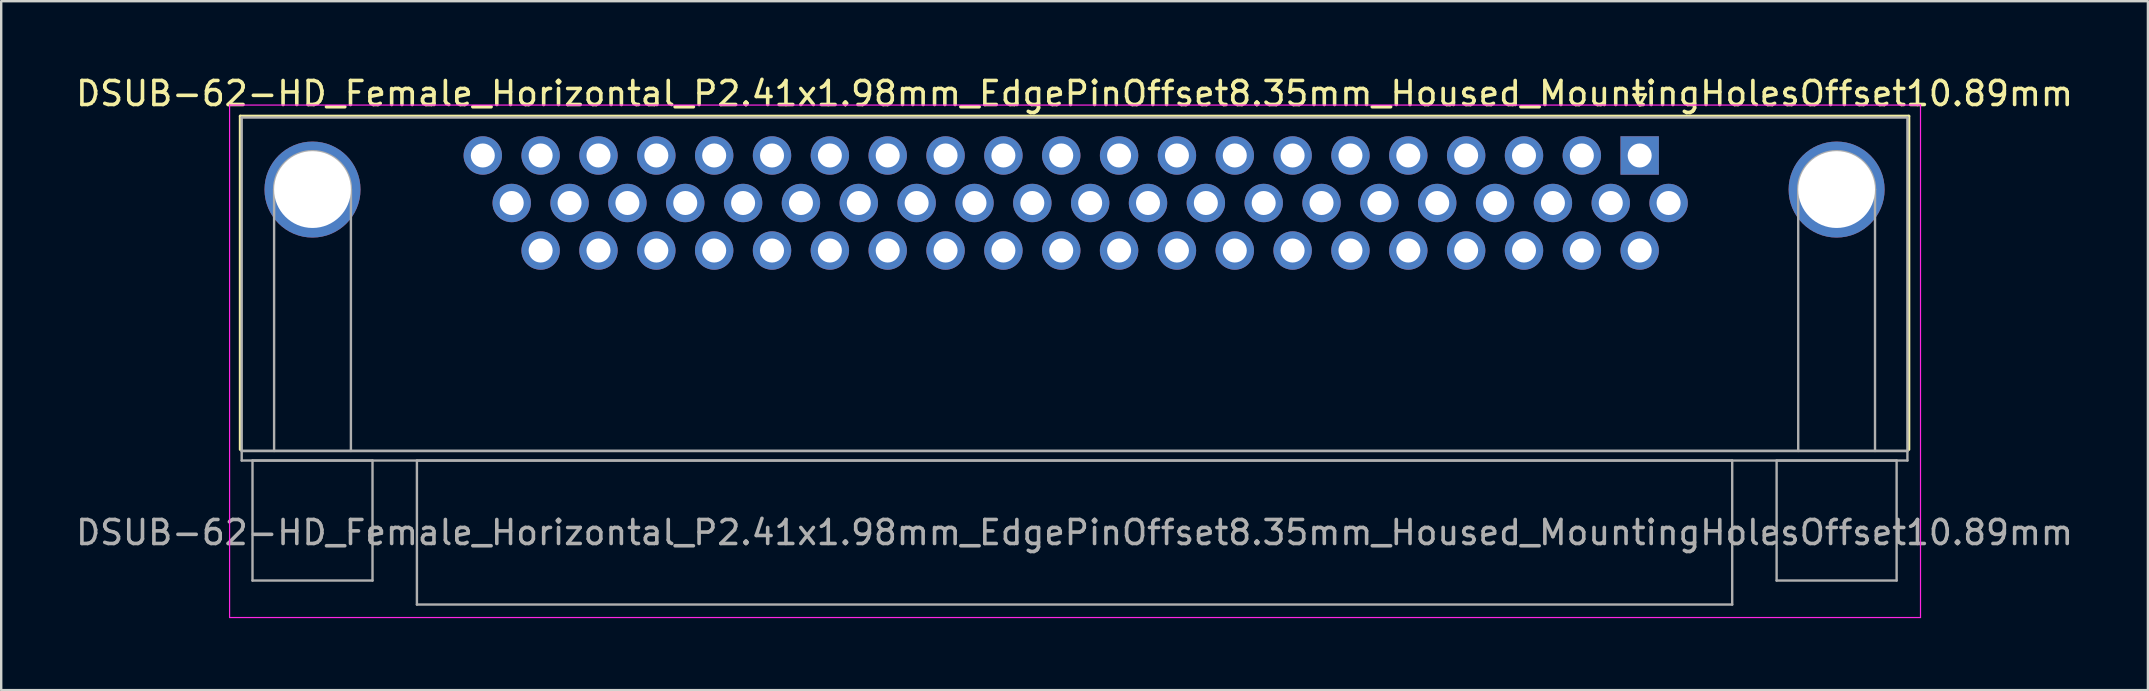
<source format=kicad_pcb>
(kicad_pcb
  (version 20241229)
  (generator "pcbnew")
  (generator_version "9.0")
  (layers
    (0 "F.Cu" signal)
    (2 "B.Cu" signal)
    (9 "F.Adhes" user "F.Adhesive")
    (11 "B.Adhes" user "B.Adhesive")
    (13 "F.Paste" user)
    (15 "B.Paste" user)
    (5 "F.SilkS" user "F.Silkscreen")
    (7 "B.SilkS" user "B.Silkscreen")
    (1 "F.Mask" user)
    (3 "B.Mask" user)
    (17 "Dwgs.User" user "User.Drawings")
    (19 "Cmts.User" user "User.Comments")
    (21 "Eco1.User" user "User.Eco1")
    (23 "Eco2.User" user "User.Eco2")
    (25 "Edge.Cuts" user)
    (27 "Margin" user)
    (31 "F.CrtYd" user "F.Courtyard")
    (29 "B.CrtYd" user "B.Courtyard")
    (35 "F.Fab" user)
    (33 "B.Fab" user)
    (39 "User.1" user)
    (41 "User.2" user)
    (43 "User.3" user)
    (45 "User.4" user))
  (footprint "DSUB-62-HD_Female_Horizontal_P2.41x1.98mm_EdgePinOffset8.35mm_Housed_MountingHolesOffset10.89mm"
    (layer "F.Cu")
    (at 65.265 3.428)
    (property "Reference" "DSUB-62-HD_Female_Horizontal_P2.41x1.98mm_EdgePinOffset8.35mm_Housed_MountingHolesOffset10.89mm" (at -23.545 -2.58 0) (layer "F.SilkS") (effects (font (size 1 1) (thickness 0.15))))
    (attr through_hole)
    (fp_line (start -58.305 -1.64) (end 11.215 -1.64) (stroke (width 0.12) (type solid)) (layer "F.SilkS"))
    (fp_line (start -58.305 12.25) (end -58.305 -1.64) (stroke (width 0.12) (type solid)) (layer "F.SilkS"))
    (fp_line (start -0.25 -2.534) (end 0.25 -2.534) (stroke (width 0.12) (type solid)) (layer "F.SilkS"))
    (fp_line (start 0 -2.101) (end -0.25 -2.534) (stroke (width 0.12) (type solid)) (layer "F.SilkS"))
    (fp_line (start 0.25 -2.534) (end 0 -2.101) (stroke (width 0.12) (type solid)) (layer "F.SilkS"))
    (fp_line (start 11.215 -1.64) (end 11.215 12.25) (stroke (width 0.12) (type solid)) (layer "F.SilkS"))
    (fp_line (start -58.75 -2.1) (end -58.75 19.25) (stroke (width 0.05) (type solid)) (layer "F.CrtYd"))
    (fp_line (start -58.75 19.25) (end 11.7 19.25) (stroke (width 0.05) (type solid)) (layer "F.CrtYd"))
    (fp_line (start 11.7 -2.1) (end -58.75 -2.1) (stroke (width 0.05) (type solid)) (layer "F.CrtYd"))
    (fp_line (start 11.7 19.25) (end 11.7 -2.1) (stroke (width 0.05) (type solid)) (layer "F.CrtYd"))
    (fp_line (start -58.245 -1.58) (end -58.245 12.31) (stroke (width 0.1) (type solid)) (layer "F.Fab"))
    (fp_line (start -58.245 12.31) (end -58.245 12.71) (stroke (width 0.1) (type solid)) (layer "F.Fab"))
    (fp_line (start -58.245 12.31) (end 11.155 12.31) (stroke (width 0.1) (type solid)) (layer "F.Fab"))
    (fp_line (start -58.245 12.71) (end 11.155 12.71) (stroke (width 0.1) (type solid)) (layer "F.Fab"))
    (fp_line (start -57.795 12.71) (end -57.795 17.71) (stroke (width 0.1) (type solid)) (layer "F.Fab"))
    (fp_line (start -57.795 17.71) (end -52.795 17.71) (stroke (width 0.1) (type solid)) (layer "F.Fab"))
    (fp_line (start -56.895 12.31) (end -56.895 1.42) (stroke (width 0.1) (type solid)) (layer "F.Fab"))
    (fp_line (start -53.695 12.31) (end -53.695 1.42) (stroke (width 0.1) (type solid)) (layer "F.Fab"))
    (fp_line (start -52.795 12.71) (end -57.795 12.71) (stroke (width 0.1) (type solid)) (layer "F.Fab"))
    (fp_line (start -52.795 17.71) (end -52.795 12.71) (stroke (width 0.1) (type solid)) (layer "F.Fab"))
    (fp_line (start -50.945 12.71) (end -50.945 18.71) (stroke (width 0.1) (type solid)) (layer "F.Fab"))
    (fp_line (start -50.945 18.71) (end 3.855 18.71) (stroke (width 0.1) (type solid)) (layer "F.Fab"))
    (fp_line (start 3.855 12.71) (end -50.945 12.71) (stroke (width 0.1) (type solid)) (layer "F.Fab"))
    (fp_line (start 3.855 18.71) (end 3.855 12.71) (stroke (width 0.1) (type solid)) (layer "F.Fab"))
    (fp_line (start 5.705 12.71) (end 5.705 17.71) (stroke (width 0.1) (type solid)) (layer "F.Fab"))
    (fp_line (start 5.705 17.71) (end 10.705 17.71) (stroke (width 0.1) (type solid)) (layer "F.Fab"))
    (fp_line (start 6.605 12.31) (end 6.605 1.42) (stroke (width 0.1) (type solid)) (layer "F.Fab"))
    (fp_line (start 9.805 12.31) (end 9.805 1.42) (stroke (width 0.1) (type solid)) (layer "F.Fab"))
    (fp_line (start 10.705 12.71) (end 5.705 12.71) (stroke (width 0.1) (type solid)) (layer "F.Fab"))
    (fp_line (start 10.705 17.71) (end 10.705 12.71) (stroke (width 0.1) (type solid)) (layer "F.Fab"))
    (fp_line (start 11.155 -1.58) (end -58.245 -1.58) (stroke (width 0.1) (type solid)) (layer "F.Fab"))
    (fp_line (start 11.155 12.31) (end -58.245 12.31) (stroke (width 0.1) (type solid)) (layer "F.Fab"))
    (fp_line (start 11.155 12.31) (end 11.155 -1.58) (stroke (width 0.1) (type solid)) (layer "F.Fab"))
    (fp_line (start 11.155 12.71) (end 11.155 12.31) (stroke (width 0.1) (type solid)) (layer "F.Fab"))
    (fp_arc (start -56.895 1.42) (mid -55.295 -0.18) (end -53.695 1.42) (stroke (width 0.1) (type solid)) (layer "F.Fab"))
    (fp_arc (start 6.605 1.42) (mid 8.205 -0.18) (end 9.805 1.42) (stroke (width 0.1) (type solid)) (layer "F.Fab"))
    (fp_text user "${REFERENCE}" (at -23.545 15.71 0) (layer "F.Fab") (effects (font (size 1 1) (thickness 0.15))))
    (pad "0" thru_hole circle (at -55.295 1.42) (size 4 4) (drill 3.2) (layers "*.Cu" "*.Mask"))
    (pad "0" thru_hole circle (at 8.205 1.42) (size 4 4) (drill 3.2) (layers "*.Cu" "*.Mask"))
    (pad "1" thru_hole rect (at 0 0) (size 1.6 1.6) (drill 1) (layers "*.Cu" "*.Mask"))
    (pad "2" thru_hole circle (at -2.41 0) (size 1.6 1.6) (drill 1) (layers "*.Cu" "*.Mask"))
    (pad "3" thru_hole circle (at -4.82 0) (size 1.6 1.6) (drill 1) (layers "*.Cu" "*.Mask"))
    (pad "4" thru_hole circle (at -7.23 0) (size 1.6 1.6) (drill 1) (layers "*.Cu" "*.Mask"))
    (pad "5" thru_hole circle (at -9.64 0) (size 1.6 1.6) (drill 1) (layers "*.Cu" "*.Mask"))
    (pad "6" thru_hole circle (at -12.05 0) (size 1.6 1.6) (drill 1) (layers "*.Cu" "*.Mask"))
    (pad "7" thru_hole circle (at -14.46 0) (size 1.6 1.6) (drill 1) (layers "*.Cu" "*.Mask"))
    (pad "8" thru_hole circle (at -16.87 0) (size 1.6 1.6) (drill 1) (layers "*.Cu" "*.Mask"))
    (pad "9" thru_hole circle (at -19.28 0) (size 1.6 1.6) (drill 1) (layers "*.Cu" "*.Mask"))
    (pad "10" thru_hole circle (at -21.69 0) (size 1.6 1.6) (drill 1) (layers "*.Cu" "*.Mask"))
    (pad "11" thru_hole circle (at -24.1 0) (size 1.6 1.6) (drill 1) (layers "*.Cu" "*.Mask"))
    (pad "12" thru_hole circle (at -26.51 0) (size 1.6 1.6) (drill 1) (layers "*.Cu" "*.Mask"))
    (pad "13" thru_hole circle (at -28.92 0) (size 1.6 1.6) (drill 1) (layers "*.Cu" "*.Mask"))
    (pad "14" thru_hole circle (at -31.33 0) (size 1.6 1.6) (drill 1) (layers "*.Cu" "*.Mask"))
    (pad "15" thru_hole circle (at -33.74 0) (size 1.6 1.6) (drill 1) (layers "*.Cu" "*.Mask"))
    (pad "16" thru_hole circle (at -36.15 0) (size 1.6 1.6) (drill 1) (layers "*.Cu" "*.Mask"))
    (pad "17" thru_hole circle (at -38.56 0) (size 1.6 1.6) (drill 1) (layers "*.Cu" "*.Mask"))
    (pad "18" thru_hole circle (at -40.97 0) (size 1.6 1.6) (drill 1) (layers "*.Cu" "*.Mask"))
    (pad "19" thru_hole circle (at -43.38 0) (size 1.6 1.6) (drill 1) (layers "*.Cu" "*.Mask"))
    (pad "20" thru_hole circle (at -45.79 0) (size 1.6 1.6) (drill 1) (layers "*.Cu" "*.Mask"))
    (pad "21" thru_hole circle (at -48.2 0) (size 1.6 1.6) (drill 1) (layers "*.Cu" "*.Mask"))
    (pad "22" thru_hole circle (at 1.205 1.98) (size 1.6 1.6) (drill 1) (layers "*.Cu" "*.Mask"))
    (pad "23" thru_hole circle (at -1.205 1.98) (size 1.6 1.6) (drill 1) (layers "*.Cu" "*.Mask"))
    (pad "24" thru_hole circle (at -3.615 1.98) (size 1.6 1.6) (drill 1) (layers "*.Cu" "*.Mask"))
    (pad "25" thru_hole circle (at -6.025 1.98) (size 1.6 1.6) (drill 1) (layers "*.Cu" "*.Mask"))
    (pad "26" thru_hole circle (at -8.435 1.98) (size 1.6 1.6) (drill 1) (layers "*.Cu" "*.Mask"))
    (pad "27" thru_hole circle (at -10.845 1.98) (size 1.6 1.6) (drill 1) (layers "*.Cu" "*.Mask"))
    (pad "28" thru_hole circle (at -13.255 1.98) (size 1.6 1.6) (drill 1) (layers "*.Cu" "*.Mask"))
    (pad "29" thru_hole circle (at -15.665 1.98) (size 1.6 1.6) (drill 1) (layers "*.Cu" "*.Mask"))
    (pad "30" thru_hole circle (at -18.075 1.98) (size 1.6 1.6) (drill 1) (layers "*.Cu" "*.Mask"))
    (pad "31" thru_hole circle (at -20.485 1.98) (size 1.6 1.6) (drill 1) (layers "*.Cu" "*.Mask"))
    (pad "32" thru_hole circle (at -22.895 1.98) (size 1.6 1.6) (drill 1) (layers "*.Cu" "*.Mask"))
    (pad "33" thru_hole circle (at -25.305 1.98) (size 1.6 1.6) (drill 1) (layers "*.Cu" "*.Mask"))
    (pad "34" thru_hole circle (at -27.715 1.98) (size 1.6 1.6) (drill 1) (layers "*.Cu" "*.Mask"))
    (pad "35" thru_hole circle (at -30.125 1.98) (size 1.6 1.6) (drill 1) (layers "*.Cu" "*.Mask"))
    (pad "36" thru_hole circle (at -32.535 1.98) (size 1.6 1.6) (drill 1) (layers "*.Cu" "*.Mask"))
    (pad "37" thru_hole circle (at -34.945 1.98) (size 1.6 1.6) (drill 1) (layers "*.Cu" "*.Mask"))
    (pad "38" thru_hole circle (at -37.355 1.98) (size 1.6 1.6) (drill 1) (layers "*.Cu" "*.Mask"))
    (pad "39" thru_hole circle (at -39.765 1.98) (size 1.6 1.6) (drill 1) (layers "*.Cu" "*.Mask"))
    (pad "40" thru_hole circle (at -42.175 1.98) (size 1.6 1.6) (drill 1) (layers "*.Cu" "*.Mask"))
    (pad "41" thru_hole circle (at -44.585 1.98) (size 1.6 1.6) (drill 1) (layers "*.Cu" "*.Mask"))
    (pad "42" thru_hole circle (at -46.995 1.98) (size 1.6 1.6) (drill 1) (layers "*.Cu" "*.Mask"))
    (pad "43" thru_hole circle (at 0 3.96) (size 1.6 1.6) (drill 1) (layers "*.Cu" "*.Mask"))
    (pad "44" thru_hole circle (at -2.41 3.96) (size 1.6 1.6) (drill 1) (layers "*.Cu" "*.Mask"))
    (pad "45" thru_hole circle (at -4.82 3.96) (size 1.6 1.6) (drill 1) (layers "*.Cu" "*.Mask"))
    (pad "46" thru_hole circle (at -7.23 3.96) (size 1.6 1.6) (drill 1) (layers "*.Cu" "*.Mask"))
    (pad "47" thru_hole circle (at -9.64 3.96) (size 1.6 1.6) (drill 1) (layers "*.Cu" "*.Mask"))
    (pad "48" thru_hole circle (at -12.05 3.96) (size 1.6 1.6) (drill 1) (layers "*.Cu" "*.Mask"))
    (pad "49" thru_hole circle (at -14.46 3.96) (size 1.6 1.6) (drill 1) (layers "*.Cu" "*.Mask"))
    (pad "50" thru_hole circle (at -16.87 3.96) (size 1.6 1.6) (drill 1) (layers "*.Cu" "*.Mask"))
    (pad "51" thru_hole circle (at -19.28 3.96) (size 1.6 1.6) (drill 1) (layers "*.Cu" "*.Mask"))
    (pad "52" thru_hole circle (at -21.69 3.96) (size 1.6 1.6) (drill 1) (layers "*.Cu" "*.Mask"))
    (pad "53" thru_hole circle (at -24.1 3.96) (size 1.6 1.6) (drill 1) (layers "*.Cu" "*.Mask"))
    (pad "54" thru_hole circle (at -26.51 3.96) (size 1.6 1.6) (drill 1) (layers "*.Cu" "*.Mask"))
    (pad "55" thru_hole circle (at -28.92 3.96) (size 1.6 1.6) (drill 1) (layers "*.Cu" "*.Mask"))
    (pad "56" thru_hole circle (at -31.33 3.96) (size 1.6 1.6) (drill 1) (layers "*.Cu" "*.Mask"))
    (pad "57" thru_hole circle (at -33.74 3.96) (size 1.6 1.6) (drill 1) (layers "*.Cu" "*.Mask"))
    (pad "58" thru_hole circle (at -36.15 3.96) (size 1.6 1.6) (drill 1) (layers "*.Cu" "*.Mask"))
    (pad "59" thru_hole circle (at -38.56 3.96) (size 1.6 1.6) (drill 1) (layers "*.Cu" "*.Mask"))
    (pad "60" thru_hole circle (at -40.97 3.96) (size 1.6 1.6) (drill 1) (layers "*.Cu" "*.Mask"))
    (pad "61" thru_hole circle (at -43.38 3.96) (size 1.6 1.6) (drill 1) (layers "*.Cu" "*.Mask"))
    (pad "62" thru_hole circle (at -45.79 3.96) (size 1.6 1.6) (drill 1) (layers "*.Cu" "*.Mask")))
  (gr_rect
    (start -3 -3)
    (end 86.44 25.703)
    (stroke (width 0.1) (type default))
    (fill no)
    (layer "Edge.Cuts")))
</source>
